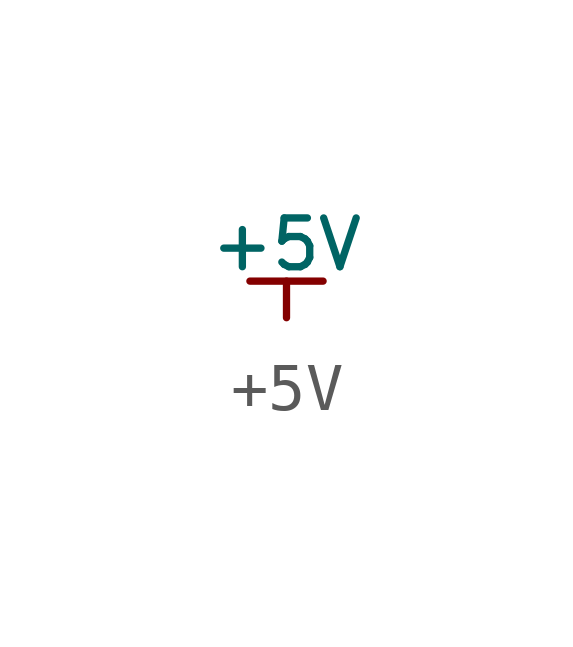
<source format=kicad_sym>
(kicad_symbol_lib
  (version 20211014)
  (generator kicad_symbol_editor)
  (symbol "+5V"
    (power)
    (pin_numbers hide)
    (pin_names
      (offset 0) hide)
    (property "Reference" "#PWR"
      (at 0.254 0 0)
      (effects (font (size 0.508 0.508)) hide))
    (property "Value" "+5V"
      (at 0 1.524 0)
      (effects (font (size 1.016 1.016))))
    (symbol "+5V_0_1"
      (polyline (pts (xy -0.762 0.762) (xy 0.762 0.762)) (stroke (width 0) (type default) (color 0 0 0 0)) (fill (type none)))
      (polyline (pts (xy 0 0) (xy 0 0.762)) (stroke (width 0) (type default) (color 0 0 0 0)) (fill (type none))))
    (symbol "+5V_1_1"
      (pin power_in line (at 0 0 90) (length 0) hide (name "+5V" (effects (font (size 1.27 1.27)))) (number "1" (effects (font (size 1.27 1.27))))))))
</source>
